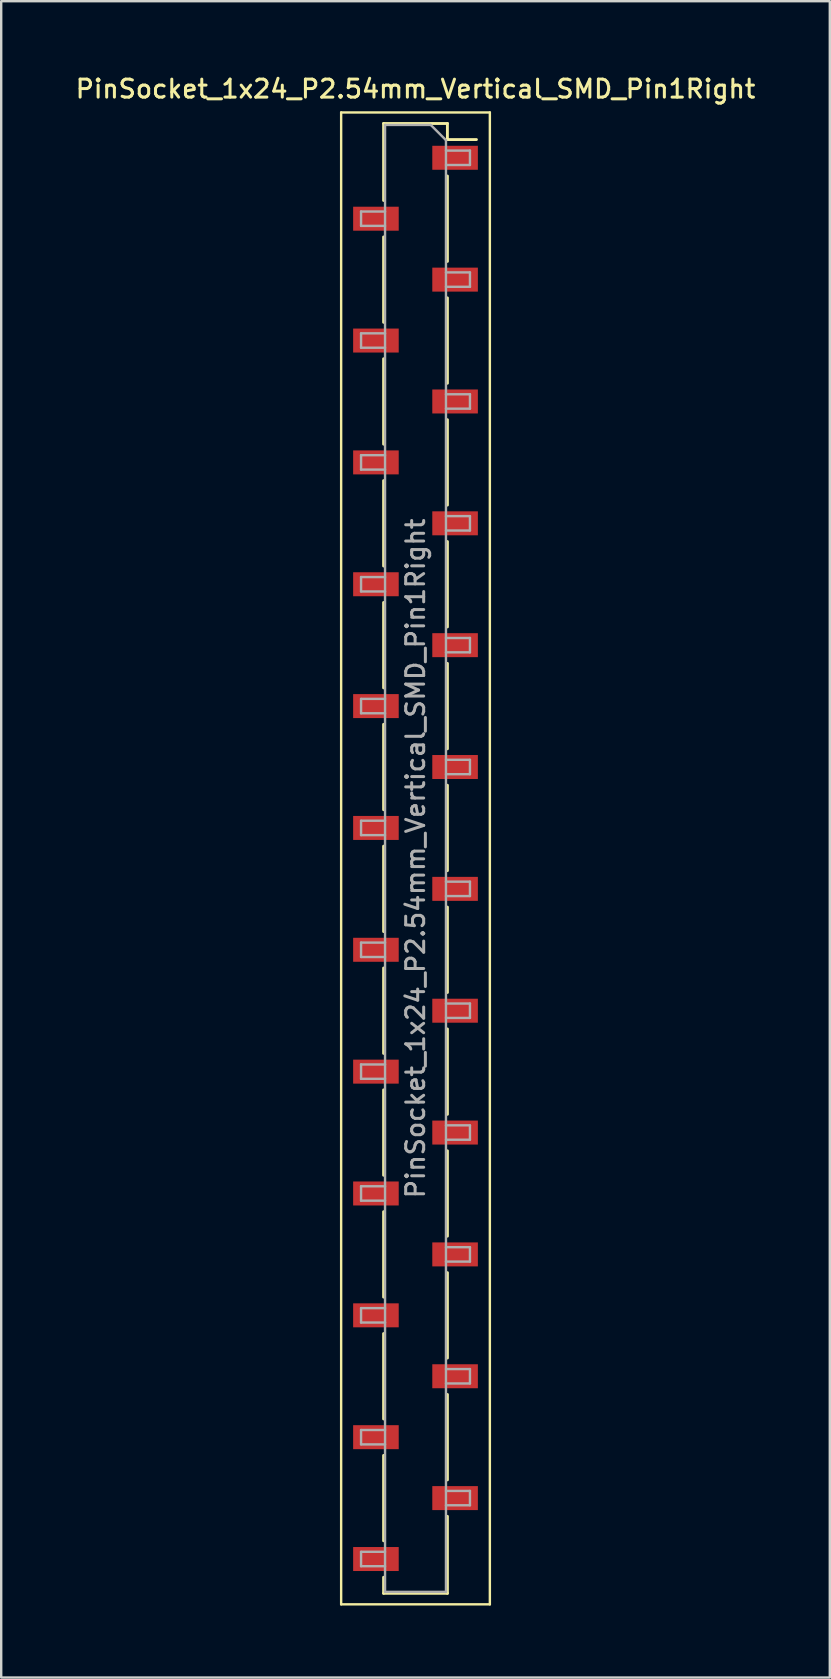
<source format=kicad_pcb>
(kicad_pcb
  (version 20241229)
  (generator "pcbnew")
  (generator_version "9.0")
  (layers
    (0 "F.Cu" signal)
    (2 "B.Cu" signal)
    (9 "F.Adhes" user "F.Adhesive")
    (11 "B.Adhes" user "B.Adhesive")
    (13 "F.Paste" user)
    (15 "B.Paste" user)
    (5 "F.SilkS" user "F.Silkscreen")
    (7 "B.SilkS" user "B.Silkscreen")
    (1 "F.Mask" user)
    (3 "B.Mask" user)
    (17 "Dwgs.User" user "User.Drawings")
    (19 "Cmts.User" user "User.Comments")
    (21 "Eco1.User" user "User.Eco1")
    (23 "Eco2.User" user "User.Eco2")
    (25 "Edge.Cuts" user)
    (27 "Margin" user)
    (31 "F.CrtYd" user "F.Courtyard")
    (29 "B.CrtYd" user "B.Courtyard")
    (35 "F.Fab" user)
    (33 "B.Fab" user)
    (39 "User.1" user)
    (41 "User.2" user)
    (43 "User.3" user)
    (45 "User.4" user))
  (footprint "PinSocket_1x24_P2.54mm_Vertical_SMD_Pin1Right"
    (layer "F.Cu")
    (at 14.273 32.738)
    (property "Reference" "PinSocket_1x24_P2.54mm_Vertical_SMD_Pin1Right" (at 0 -32.08 0) (layer "F.SilkS") (effects (font (size 0.75 0.75) (thickness 0.125))))
    (attr smd)
    (fp_line (start -3.1 -31.1) (end 3.1 -31.1) (stroke (width 0.1) (type solid)) (layer "F.SilkS"))
    (fp_line (start -3.1 31.1) (end -3.1 -31.1) (stroke (width 0.1) (type solid)) (layer "F.SilkS"))
    (fp_line (start -1.33 -30.64) (end -1.33 -27.43) (stroke (width 0.12) (type solid)) (layer "F.SilkS"))
    (fp_line (start -1.33 -30.64) (end 1.33 -30.64) (stroke (width 0.12) (type solid)) (layer "F.SilkS"))
    (fp_line (start -1.33 -25.91) (end -1.33 -22.35) (stroke (width 0.12) (type solid)) (layer "F.SilkS"))
    (fp_line (start -1.33 -20.83) (end -1.33 -17.27) (stroke (width 0.12) (type solid)) (layer "F.SilkS"))
    (fp_line (start -1.33 -15.75) (end -1.33 -12.19) (stroke (width 0.12) (type solid)) (layer "F.SilkS"))
    (fp_line (start -1.33 -10.67) (end -1.33 -7.11) (stroke (width 0.12) (type solid)) (layer "F.SilkS"))
    (fp_line (start -1.33 -5.59) (end -1.33 -2.03) (stroke (width 0.12) (type solid)) (layer "F.SilkS"))
    (fp_line (start -1.33 -0.51) (end -1.33 3.05) (stroke (width 0.12) (type solid)) (layer "F.SilkS"))
    (fp_line (start -1.33 4.57) (end -1.33 8.13) (stroke (width 0.12) (type solid)) (layer "F.SilkS"))
    (fp_line (start -1.33 9.65) (end -1.33 13.21) (stroke (width 0.12) (type solid)) (layer "F.SilkS"))
    (fp_line (start -1.33 14.73) (end -1.33 18.29) (stroke (width 0.12) (type solid)) (layer "F.SilkS"))
    (fp_line (start -1.33 19.81) (end -1.33 23.37) (stroke (width 0.12) (type solid)) (layer "F.SilkS"))
    (fp_line (start -1.33 24.89) (end -1.33 28.45) (stroke (width 0.12) (type solid)) (layer "F.SilkS"))
    (fp_line (start -1.33 29.97) (end -1.33 30.64) (stroke (width 0.12) (type solid)) (layer "F.SilkS"))
    (fp_line (start -1.33 30.64) (end 1.33 30.64) (stroke (width 0.12) (type solid)) (layer "F.SilkS"))
    (fp_line (start 1.33 -30.64) (end 1.33 -29.97) (stroke (width 0.12) (type solid)) (layer "F.SilkS"))
    (fp_line (start 1.33 -29.97) (end 2.54 -29.97) (stroke (width 0.12) (type solid)) (layer "F.SilkS"))
    (fp_line (start 1.33 -28.45) (end 1.33 -24.89) (stroke (width 0.12) (type solid)) (layer "F.SilkS"))
    (fp_line (start 1.33 -23.37) (end 1.33 -19.81) (stroke (width 0.12) (type solid)) (layer "F.SilkS"))
    (fp_line (start 1.33 -18.29) (end 1.33 -14.73) (stroke (width 0.12) (type solid)) (layer "F.SilkS"))
    (fp_line (start 1.33 -13.21) (end 1.33 -9.65) (stroke (width 0.12) (type solid)) (layer "F.SilkS"))
    (fp_line (start 1.33 -8.13) (end 1.33 -4.57) (stroke (width 0.12) (type solid)) (layer "F.SilkS"))
    (fp_line (start 1.33 -3.05) (end 1.33 0.51) (stroke (width 0.12) (type solid)) (layer "F.SilkS"))
    (fp_line (start 1.33 2.03) (end 1.33 5.59) (stroke (width 0.12) (type solid)) (layer "F.SilkS"))
    (fp_line (start 1.33 7.11) (end 1.33 10.67) (stroke (width 0.12) (type solid)) (layer "F.SilkS"))
    (fp_line (start 1.33 12.19) (end 1.33 15.75) (stroke (width 0.12) (type solid)) (layer "F.SilkS"))
    (fp_line (start 1.33 17.27) (end 1.33 20.83) (stroke (width 0.12) (type solid)) (layer "F.SilkS"))
    (fp_line (start 1.33 22.35) (end 1.33 25.91) (stroke (width 0.12) (type solid)) (layer "F.SilkS"))
    (fp_line (start 1.33 27.43) (end 1.33 30.64) (stroke (width 0.12) (type solid)) (layer "F.SilkS"))
    (fp_line (start 3.1 -31.1) (end 3.1 31.1) (stroke (width 0.1) (type solid)) (layer "F.SilkS"))
    (fp_line (start 3.1 31.1) (end -3.1 31.1) (stroke (width 0.1) (type solid)) (layer "F.SilkS"))
    (fp_line (start -2.27 -26.97) (end -1.27 -26.97) (stroke (width 0.1) (type solid)) (layer "F.Fab"))
    (fp_line (start -2.27 -26.37) (end -2.27 -26.97) (stroke (width 0.1) (type solid)) (layer "F.Fab"))
    (fp_line (start -2.27 -21.89) (end -1.27 -21.89) (stroke (width 0.1) (type solid)) (layer "F.Fab"))
    (fp_line (start -2.27 -21.29) (end -2.27 -21.89) (stroke (width 0.1) (type solid)) (layer "F.Fab"))
    (fp_line (start -2.27 -16.81) (end -1.27 -16.81) (stroke (width 0.1) (type solid)) (layer "F.Fab"))
    (fp_line (start -2.27 -16.21) (end -2.27 -16.81) (stroke (width 0.1) (type solid)) (layer "F.Fab"))
    (fp_line (start -2.27 -11.73) (end -1.27 -11.73) (stroke (width 0.1) (type solid)) (layer "F.Fab"))
    (fp_line (start -2.27 -11.13) (end -2.27 -11.73) (stroke (width 0.1) (type solid)) (layer "F.Fab"))
    (fp_line (start -2.27 -6.65) (end -1.27 -6.65) (stroke (width 0.1) (type solid)) (layer "F.Fab"))
    (fp_line (start -2.27 -6.05) (end -2.27 -6.65) (stroke (width 0.1) (type solid)) (layer "F.Fab"))
    (fp_line (start -2.27 -1.57) (end -1.27 -1.57) (stroke (width 0.1) (type solid)) (layer "F.Fab"))
    (fp_line (start -2.27 -0.97) (end -2.27 -1.57) (stroke (width 0.1) (type solid)) (layer "F.Fab"))
    (fp_line (start -2.27 3.51) (end -1.27 3.51) (stroke (width 0.1) (type solid)) (layer "F.Fab"))
    (fp_line (start -2.27 4.11) (end -2.27 3.51) (stroke (width 0.1) (type solid)) (layer "F.Fab"))
    (fp_line (start -2.27 8.59) (end -1.27 8.59) (stroke (width 0.1) (type solid)) (layer "F.Fab"))
    (fp_line (start -2.27 9.19) (end -2.27 8.59) (stroke (width 0.1) (type solid)) (layer "F.Fab"))
    (fp_line (start -2.27 13.67) (end -1.27 13.67) (stroke (width 0.1) (type solid)) (layer "F.Fab"))
    (fp_line (start -2.27 14.27) (end -2.27 13.67) (stroke (width 0.1) (type solid)) (layer "F.Fab"))
    (fp_line (start -2.27 18.75) (end -1.27 18.75) (stroke (width 0.1) (type solid)) (layer "F.Fab"))
    (fp_line (start -2.27 19.35) (end -2.27 18.75) (stroke (width 0.1) (type solid)) (layer "F.Fab"))
    (fp_line (start -2.27 23.83) (end -1.27 23.83) (stroke (width 0.1) (type solid)) (layer "F.Fab"))
    (fp_line (start -2.27 24.43) (end -2.27 23.83) (stroke (width 0.1) (type solid)) (layer "F.Fab"))
    (fp_line (start -2.27 28.91) (end -1.27 28.91) (stroke (width 0.1) (type solid)) (layer "F.Fab"))
    (fp_line (start -2.27 29.51) (end -2.27 28.91) (stroke (width 0.1) (type solid)) (layer "F.Fab"))
    (fp_line (start -1.27 -30.58) (end 0.635 -30.58) (stroke (width 0.1) (type solid)) (layer "F.Fab"))
    (fp_line (start -1.27 -26.37) (end -2.27 -26.37) (stroke (width 0.1) (type solid)) (layer "F.Fab"))
    (fp_line (start -1.27 -21.29) (end -2.27 -21.29) (stroke (width 0.1) (type solid)) (layer "F.Fab"))
    (fp_line (start -1.27 -16.21) (end -2.27 -16.21) (stroke (width 0.1) (type solid)) (layer "F.Fab"))
    (fp_line (start -1.27 -11.13) (end -2.27 -11.13) (stroke (width 0.1) (type solid)) (layer "F.Fab"))
    (fp_line (start -1.27 -6.05) (end -2.27 -6.05) (stroke (width 0.1) (type solid)) (layer "F.Fab"))
    (fp_line (start -1.27 -0.97) (end -2.27 -0.97) (stroke (width 0.1) (type solid)) (layer "F.Fab"))
    (fp_line (start -1.27 4.11) (end -2.27 4.11) (stroke (width 0.1) (type solid)) (layer "F.Fab"))
    (fp_line (start -1.27 9.19) (end -2.27 9.19) (stroke (width 0.1) (type solid)) (layer "F.Fab"))
    (fp_line (start -1.27 14.27) (end -2.27 14.27) (stroke (width 0.1) (type solid)) (layer "F.Fab"))
    (fp_line (start -1.27 19.35) (end -2.27 19.35) (stroke (width 0.1) (type solid)) (layer "F.Fab"))
    (fp_line (start -1.27 24.43) (end -2.27 24.43) (stroke (width 0.1) (type solid)) (layer "F.Fab"))
    (fp_line (start -1.27 29.51) (end -2.27 29.51) (stroke (width 0.1) (type solid)) (layer "F.Fab"))
    (fp_line (start -1.27 30.58) (end -1.27 -30.58) (stroke (width 0.1) (type solid)) (layer "F.Fab"))
    (fp_line (start 0.635 -30.58) (end 1.27 -29.945) (stroke (width 0.1) (type solid)) (layer "F.Fab"))
    (fp_line (start 1.27 -29.945) (end 1.27 30.58) (stroke (width 0.1) (type solid)) (layer "F.Fab"))
    (fp_line (start 1.27 -29.51) (end 2.27 -29.51) (stroke (width 0.1) (type solid)) (layer "F.Fab"))
    (fp_line (start 1.27 -24.43) (end 2.27 -24.43) (stroke (width 0.1) (type solid)) (layer "F.Fab"))
    (fp_line (start 1.27 -19.35) (end 2.27 -19.35) (stroke (width 0.1) (type solid)) (layer "F.Fab"))
    (fp_line (start 1.27 -14.27) (end 2.27 -14.27) (stroke (width 0.1) (type solid)) (layer "F.Fab"))
    (fp_line (start 1.27 -9.19) (end 2.27 -9.19) (stroke (width 0.1) (type solid)) (layer "F.Fab"))
    (fp_line (start 1.27 -4.11) (end 2.27 -4.11) (stroke (width 0.1) (type solid)) (layer "F.Fab"))
    (fp_line (start 1.27 0.97) (end 2.27 0.97) (stroke (width 0.1) (type solid)) (layer "F.Fab"))
    (fp_line (start 1.27 6.05) (end 2.27 6.05) (stroke (width 0.1) (type solid)) (layer "F.Fab"))
    (fp_line (start 1.27 11.13) (end 2.27 11.13) (stroke (width 0.1) (type solid)) (layer "F.Fab"))
    (fp_line (start 1.27 16.21) (end 2.27 16.21) (stroke (width 0.1) (type solid)) (layer "F.Fab"))
    (fp_line (start 1.27 21.29) (end 2.27 21.29) (stroke (width 0.1) (type solid)) (layer "F.Fab"))
    (fp_line (start 1.27 26.37) (end 2.27 26.37) (stroke (width 0.1) (type solid)) (layer "F.Fab"))
    (fp_line (start 1.27 30.58) (end -1.27 30.58) (stroke (width 0.1) (type solid)) (layer "F.Fab"))
    (fp_line (start 2.27 -29.51) (end 2.27 -28.91) (stroke (width 0.1) (type solid)) (layer "F.Fab"))
    (fp_line (start 2.27 -28.91) (end 1.27 -28.91) (stroke (width 0.1) (type solid)) (layer "F.Fab"))
    (fp_line (start 2.27 -24.43) (end 2.27 -23.83) (stroke (width 0.1) (type solid)) (layer "F.Fab"))
    (fp_line (start 2.27 -23.83) (end 1.27 -23.83) (stroke (width 0.1) (type solid)) (layer "F.Fab"))
    (fp_line (start 2.27 -19.35) (end 2.27 -18.75) (stroke (width 0.1) (type solid)) (layer "F.Fab"))
    (fp_line (start 2.27 -18.75) (end 1.27 -18.75) (stroke (width 0.1) (type solid)) (layer "F.Fab"))
    (fp_line (start 2.27 -14.27) (end 2.27 -13.67) (stroke (width 0.1) (type solid)) (layer "F.Fab"))
    (fp_line (start 2.27 -13.67) (end 1.27 -13.67) (stroke (width 0.1) (type solid)) (layer "F.Fab"))
    (fp_line (start 2.27 -9.19) (end 2.27 -8.59) (stroke (width 0.1) (type solid)) (layer "F.Fab"))
    (fp_line (start 2.27 -8.59) (end 1.27 -8.59) (stroke (width 0.1) (type solid)) (layer "F.Fab"))
    (fp_line (start 2.27 -4.11) (end 2.27 -3.51) (stroke (width 0.1) (type solid)) (layer "F.Fab"))
    (fp_line (start 2.27 -3.51) (end 1.27 -3.51) (stroke (width 0.1) (type solid)) (layer "F.Fab"))
    (fp_line (start 2.27 0.97) (end 2.27 1.57) (stroke (width 0.1) (type solid)) (layer "F.Fab"))
    (fp_line (start 2.27 1.57) (end 1.27 1.57) (stroke (width 0.1) (type solid)) (layer "F.Fab"))
    (fp_line (start 2.27 6.05) (end 2.27 6.65) (stroke (width 0.1) (type solid)) (layer "F.Fab"))
    (fp_line (start 2.27 6.65) (end 1.27 6.65) (stroke (width 0.1) (type solid)) (layer "F.Fab"))
    (fp_line (start 2.27 11.13) (end 2.27 11.73) (stroke (width 0.1) (type solid)) (layer "F.Fab"))
    (fp_line (start 2.27 11.73) (end 1.27 11.73) (stroke (width 0.1) (type solid)) (layer "F.Fab"))
    (fp_line (start 2.27 16.21) (end 2.27 16.81) (stroke (width 0.1) (type solid)) (layer "F.Fab"))
    (fp_line (start 2.27 16.81) (end 1.27 16.81) (stroke (width 0.1) (type solid)) (layer "F.Fab"))
    (fp_line (start 2.27 21.29) (end 2.27 21.89) (stroke (width 0.1) (type solid)) (layer "F.Fab"))
    (fp_line (start 2.27 21.89) (end 1.27 21.89) (stroke (width 0.1) (type solid)) (layer "F.Fab"))
    (fp_line (start 2.27 26.37) (end 2.27 26.97) (stroke (width 0.1) (type solid)) (layer "F.Fab"))
    (fp_line (start 2.27 26.97) (end 1.27 26.97) (stroke (width 0.1) (type solid)) (layer "F.Fab"))
    (fp_text user "${REFERENCE}" (at 0 0 90) (layer "F.Fab") (effects (font (size 0.75 0.75) (thickness 0.125))))
    (pad "1" smd rect (at 1.65 -29.21) (size 1.9 1) (layers "F.Cu" "F.Mask" "F.Paste"))
    (pad "2" smd rect (at -1.65 -26.67) (size 1.9 1) (layers "F.Cu" "F.Mask" "F.Paste"))
    (pad "3" smd rect (at 1.65 -24.13) (size 1.9 1) (layers "F.Cu" "F.Mask" "F.Paste"))
    (pad "4" smd rect (at -1.65 -21.59) (size 1.9 1) (layers "F.Cu" "F.Mask" "F.Paste"))
    (pad "5" smd rect (at 1.65 -19.05) (size 1.9 1) (layers "F.Cu" "F.Mask" "F.Paste"))
    (pad "6" smd rect (at -1.65 -16.51) (size 1.9 1) (layers "F.Cu" "F.Mask" "F.Paste"))
    (pad "7" smd rect (at 1.65 -13.97) (size 1.9 1) (layers "F.Cu" "F.Mask" "F.Paste"))
    (pad "8" smd rect (at -1.65 -11.43) (size 1.9 1) (layers "F.Cu" "F.Mask" "F.Paste"))
    (pad "9" smd rect (at 1.65 -8.89) (size 1.9 1) (layers "F.Cu" "F.Mask" "F.Paste"))
    (pad "10" smd rect (at -1.65 -6.35) (size 1.9 1) (layers "F.Cu" "F.Mask" "F.Paste"))
    (pad "11" smd rect (at 1.65 -3.81) (size 1.9 1) (layers "F.Cu" "F.Mask" "F.Paste"))
    (pad "12" smd rect (at -1.65 -1.27) (size 1.9 1) (layers "F.Cu" "F.Mask" "F.Paste"))
    (pad "13" smd rect (at 1.65 1.27) (size 1.9 1) (layers "F.Cu" "F.Mask" "F.Paste"))
    (pad "14" smd rect (at -1.65 3.81) (size 1.9 1) (layers "F.Cu" "F.Mask" "F.Paste"))
    (pad "15" smd rect (at 1.65 6.35) (size 1.9 1) (layers "F.Cu" "F.Mask" "F.Paste"))
    (pad "16" smd rect (at -1.65 8.89) (size 1.9 1) (layers "F.Cu" "F.Mask" "F.Paste"))
    (pad "17" smd rect (at 1.65 11.43) (size 1.9 1) (layers "F.Cu" "F.Mask" "F.Paste"))
    (pad "18" smd rect (at -1.65 13.97) (size 1.9 1) (layers "F.Cu" "F.Mask" "F.Paste"))
    (pad "19" smd rect (at 1.65 16.51) (size 1.9 1) (layers "F.Cu" "F.Mask" "F.Paste"))
    (pad "20" smd rect (at -1.65 19.05) (size 1.9 1) (layers "F.Cu" "F.Mask" "F.Paste"))
    (pad "21" smd rect (at 1.65 21.59) (size 1.9 1) (layers "F.Cu" "F.Mask" "F.Paste"))
    (pad "22" smd rect (at -1.65 24.13) (size 1.9 1) (layers "F.Cu" "F.Mask" "F.Paste"))
    (pad "23" smd rect (at 1.65 26.67) (size 1.9 1) (layers "F.Cu" "F.Mask" "F.Paste"))
    (pad "24" smd rect (at -1.65 29.21) (size 1.9 1) (layers "F.Cu" "F.Mask" "F.Paste")))
  (gr_rect
    (start -3 -3)
    (end 31.546 66.888)
    (stroke (width 0.1) (type default))
    (fill no)
    (layer "Edge.Cuts")))
</source>
